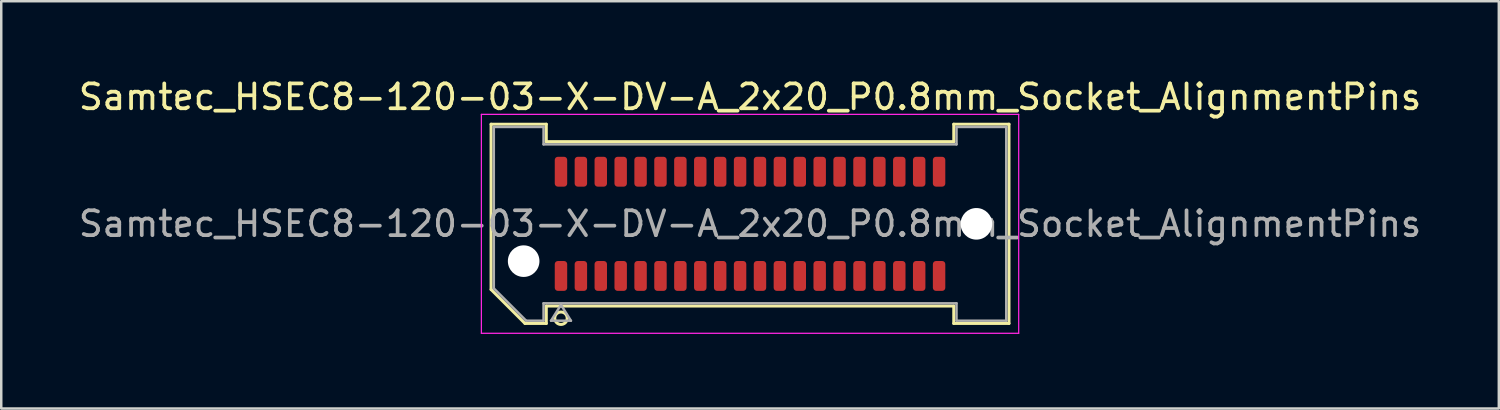
<source format=kicad_pcb>
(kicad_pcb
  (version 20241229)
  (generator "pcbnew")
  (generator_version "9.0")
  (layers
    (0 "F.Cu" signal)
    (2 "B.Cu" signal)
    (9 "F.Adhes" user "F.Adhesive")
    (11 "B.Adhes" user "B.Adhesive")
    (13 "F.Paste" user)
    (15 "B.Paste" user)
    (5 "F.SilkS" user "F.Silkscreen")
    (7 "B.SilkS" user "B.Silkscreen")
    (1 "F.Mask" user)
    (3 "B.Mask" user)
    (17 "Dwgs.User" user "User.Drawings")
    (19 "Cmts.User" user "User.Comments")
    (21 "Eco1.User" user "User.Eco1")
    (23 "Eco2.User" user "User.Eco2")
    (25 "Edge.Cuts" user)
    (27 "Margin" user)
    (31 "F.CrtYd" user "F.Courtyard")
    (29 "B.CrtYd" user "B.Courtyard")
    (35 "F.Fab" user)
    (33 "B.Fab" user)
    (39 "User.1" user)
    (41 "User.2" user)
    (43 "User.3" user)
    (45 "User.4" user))
  (footprint "Samtec_HSEC8-120-03-X-DV-A_2x20_P0.8mm_Socket_AlignmentPins"
    (layer "F.Cu")
    (at 27.101 5.948)
    (property "Reference" "Samtec_HSEC8-120-03-X-DV-A_2x20_P0.8mm_Socket_AlignmentPins" (at 0 -5.1 0) (layer "F.SilkS") (effects (font (size 1 1) (thickness 0.15))))
    (attr smd)
    (fp_line (start -10.41 -4.005) (end -8.19 -4.005) (stroke (width 0.12) (type solid)) (layer "F.SilkS"))
    (fp_line (start -10.41 2.641) (end -10.41 -4.005) (stroke (width 0.12) (type solid)) (layer "F.SilkS"))
    (fp_line (start -9.046 4.005) (end -10.41 2.641) (stroke (width 0.12) (type solid)) (layer "F.SilkS"))
    (fp_line (start -8.19 -4.005) (end -8.19 -3.305) (stroke (width 0.12) (type solid)) (layer "F.SilkS"))
    (fp_line (start -8.19 -3.305) (end 8.19 -3.305) (stroke (width 0.12) (type solid)) (layer "F.SilkS"))
    (fp_line (start -8.19 3.305) (end -8.19 4.005) (stroke (width 0.12) (type solid)) (layer "F.SilkS"))
    (fp_line (start -8.19 4.005) (end -9.046 4.005) (stroke (width 0.12) (type solid)) (layer "F.SilkS"))
    (fp_line (start 8.19 -4.005) (end 10.41 -4.005) (stroke (width 0.12) (type solid)) (layer "F.SilkS"))
    (fp_line (start 8.19 -3.305) (end 8.19 -4.005) (stroke (width 0.12) (type solid)) (layer "F.SilkS"))
    (fp_line (start 8.19 3.305) (end -8.19 3.305) (stroke (width 0.12) (type solid)) (layer "F.SilkS"))
    (fp_line (start 8.19 4.005) (end 8.19 3.305) (stroke (width 0.12) (type solid)) (layer "F.SilkS"))
    (fp_line (start 10.41 -4.005) (end 10.41 4.005) (stroke (width 0.12) (type solid)) (layer "F.SilkS"))
    (fp_line (start 10.41 4.005) (end 8.19 4.005) (stroke (width 0.12) (type solid)) (layer "F.SilkS"))
    (fp_circle (center -7.6 3.795) (end -7.35 3.795) (stroke (width 0.12) (type solid)) (fill no) (layer "F.SilkS"))
    (fp_line (start -10.8 -4.4) (end -10.8 4.4) (stroke (width 0.05) (type solid)) (layer "F.CrtYd"))
    (fp_line (start -10.8 4.4) (end 10.8 4.4) (stroke (width 0.05) (type solid)) (layer "F.CrtYd"))
    (fp_line (start 10.8 -4.4) (end -10.8 -4.4) (stroke (width 0.05) (type solid)) (layer "F.CrtYd"))
    (fp_line (start 10.8 4.4) (end 10.8 -4.4) (stroke (width 0.05) (type solid)) (layer "F.CrtYd"))
    (fp_line (start -10.3 -3.895) (end -8.3 -3.895) (stroke (width 0.1) (type solid)) (layer "F.Fab"))
    (fp_line (start -10.3 2.595) (end -10.3 -3.895) (stroke (width 0.1) (type solid)) (layer "F.Fab"))
    (fp_line (start -9 3.895) (end -10.3 2.595) (stroke (width 0.1) (type solid)) (layer "F.Fab"))
    (fp_line (start -8.3 -3.895) (end -8.3 -3.195) (stroke (width 0.1) (type solid)) (layer "F.Fab"))
    (fp_line (start -8.3 -3.195) (end 8.3 -3.195) (stroke (width 0.1) (type solid)) (layer "F.Fab"))
    (fp_line (start -8.3 3.195) (end -8.3 3.895) (stroke (width 0.1) (type solid)) (layer "F.Fab"))
    (fp_line (start -8.3 3.895) (end -9 3.895) (stroke (width 0.1) (type solid)) (layer "F.Fab"))
    (fp_line (start -8 3.895) (end -7.6 3.255) (stroke (width 0.1) (type solid)) (layer "F.Fab"))
    (fp_line (start -7.6 3.255) (end -7.2 3.895) (stroke (width 0.1) (type solid)) (layer "F.Fab"))
    (fp_line (start -7.2 3.895) (end -8 3.895) (stroke (width 0.1) (type solid)) (layer "F.Fab"))
    (fp_line (start 8.3 -3.895) (end 10.3 -3.895) (stroke (width 0.1) (type solid)) (layer "F.Fab"))
    (fp_line (start 8.3 -3.195) (end 8.3 -3.895) (stroke (width 0.1) (type solid)) (layer "F.Fab"))
    (fp_line (start 8.3 3.195) (end -8.3 3.195) (stroke (width 0.1) (type solid)) (layer "F.Fab"))
    (fp_line (start 8.3 3.895) (end 8.3 3.195) (stroke (width 0.1) (type solid)) (layer "F.Fab"))
    (fp_line (start 10.3 -3.895) (end 10.3 3.895) (stroke (width 0.1) (type solid)) (layer "F.Fab"))
    (fp_line (start 10.3 3.895) (end 8.3 3.895) (stroke (width 0.1) (type solid)) (layer "F.Fab"))
    (fp_text user "${REFERENCE}" (at 0 0 0) (layer "F.Fab") (effects (font (size 1 1) (thickness 0.15))))
    (pad "" np_thru_hole circle (at -9.1 1.5) (size 1.27 1.27) (drill 1.27) (layers "*.Cu" "*.Mask"))
    (pad "" np_thru_hole circle (at 9.1 0) (size 1.27 1.27) (drill 1.27) (layers "*.Cu" "*.Mask"))
    (pad "1" smd roundrect (at -7.6 2.095) (size 0.5 1.2) (layers "F.Cu" "F.Mask" "F.Paste") (roundrect_rratio 0.25))
    (pad "2" smd roundrect (at -7.6 -2.095) (size 0.5 1.2) (layers "F.Cu" "F.Mask" "F.Paste") (roundrect_rratio 0.25))
    (pad "3" smd roundrect (at -6.8 2.095) (size 0.5 1.2) (layers "F.Cu" "F.Mask" "F.Paste") (roundrect_rratio 0.25))
    (pad "4" smd roundrect (at -6.8 -2.095) (size 0.5 1.2) (layers "F.Cu" "F.Mask" "F.Paste") (roundrect_rratio 0.25))
    (pad "5" smd roundrect (at -6 2.095) (size 0.5 1.2) (layers "F.Cu" "F.Mask" "F.Paste") (roundrect_rratio 0.25))
    (pad "6" smd roundrect (at -6 -2.095) (size 0.5 1.2) (layers "F.Cu" "F.Mask" "F.Paste") (roundrect_rratio 0.25))
    (pad "7" smd roundrect (at -5.2 2.095) (size 0.5 1.2) (layers "F.Cu" "F.Mask" "F.Paste") (roundrect_rratio 0.25))
    (pad "8" smd roundrect (at -5.2 -2.095) (size 0.5 1.2) (layers "F.Cu" "F.Mask" "F.Paste") (roundrect_rratio 0.25))
    (pad "9" smd roundrect (at -4.4 2.095) (size 0.5 1.2) (layers "F.Cu" "F.Mask" "F.Paste") (roundrect_rratio 0.25))
    (pad "10" smd roundrect (at -4.4 -2.095) (size 0.5 1.2) (layers "F.Cu" "F.Mask" "F.Paste") (roundrect_rratio 0.25))
    (pad "11" smd roundrect (at -3.6 2.095) (size 0.5 1.2) (layers "F.Cu" "F.Mask" "F.Paste") (roundrect_rratio 0.25))
    (pad "12" smd roundrect (at -3.6 -2.095) (size 0.5 1.2) (layers "F.Cu" "F.Mask" "F.Paste") (roundrect_rratio 0.25))
    (pad "13" smd roundrect (at -2.8 2.095) (size 0.5 1.2) (layers "F.Cu" "F.Mask" "F.Paste") (roundrect_rratio 0.25))
    (pad "14" smd roundrect (at -2.8 -2.095) (size 0.5 1.2) (layers "F.Cu" "F.Mask" "F.Paste") (roundrect_rratio 0.25))
    (pad "15" smd roundrect (at -2 2.095) (size 0.5 1.2) (layers "F.Cu" "F.Mask" "F.Paste") (roundrect_rratio 0.25))
    (pad "16" smd roundrect (at -2 -2.095) (size 0.5 1.2) (layers "F.Cu" "F.Mask" "F.Paste") (roundrect_rratio 0.25))
    (pad "17" smd roundrect (at -1.2 2.095) (size 0.5 1.2) (layers "F.Cu" "F.Mask" "F.Paste") (roundrect_rratio 0.25))
    (pad "18" smd roundrect (at -1.2 -2.095) (size 0.5 1.2) (layers "F.Cu" "F.Mask" "F.Paste") (roundrect_rratio 0.25))
    (pad "19" smd roundrect (at -0.4 2.095) (size 0.5 1.2) (layers "F.Cu" "F.Mask" "F.Paste") (roundrect_rratio 0.25))
    (pad "20" smd roundrect (at -0.4 -2.095) (size 0.5 1.2) (layers "F.Cu" "F.Mask" "F.Paste") (roundrect_rratio 0.25))
    (pad "21" smd roundrect (at 0.4 2.095) (size 0.5 1.2) (layers "F.Cu" "F.Mask" "F.Paste") (roundrect_rratio 0.25))
    (pad "22" smd roundrect (at 0.4 -2.095) (size 0.5 1.2) (layers "F.Cu" "F.Mask" "F.Paste") (roundrect_rratio 0.25))
    (pad "23" smd roundrect (at 1.2 2.095) (size 0.5 1.2) (layers "F.Cu" "F.Mask" "F.Paste") (roundrect_rratio 0.25))
    (pad "24" smd roundrect (at 1.2 -2.095) (size 0.5 1.2) (layers "F.Cu" "F.Mask" "F.Paste") (roundrect_rratio 0.25))
    (pad "25" smd roundrect (at 2 2.095) (size 0.5 1.2) (layers "F.Cu" "F.Mask" "F.Paste") (roundrect_rratio 0.25))
    (pad "26" smd roundrect (at 2 -2.095) (size 0.5 1.2) (layers "F.Cu" "F.Mask" "F.Paste") (roundrect_rratio 0.25))
    (pad "27" smd roundrect (at 2.8 2.095) (size 0.5 1.2) (layers "F.Cu" "F.Mask" "F.Paste") (roundrect_rratio 0.25))
    (pad "28" smd roundrect (at 2.8 -2.095) (size 0.5 1.2) (layers "F.Cu" "F.Mask" "F.Paste") (roundrect_rratio 0.25))
    (pad "29" smd roundrect (at 3.6 2.095) (size 0.5 1.2) (layers "F.Cu" "F.Mask" "F.Paste") (roundrect_rratio 0.25))
    (pad "30" smd roundrect (at 3.6 -2.095) (size 0.5 1.2) (layers "F.Cu" "F.Mask" "F.Paste") (roundrect_rratio 0.25))
    (pad "31" smd roundrect (at 4.4 2.095) (size 0.5 1.2) (layers "F.Cu" "F.Mask" "F.Paste") (roundrect_rratio 0.25))
    (pad "32" smd roundrect (at 4.4 -2.095) (size 0.5 1.2) (layers "F.Cu" "F.Mask" "F.Paste") (roundrect_rratio 0.25))
    (pad "33" smd roundrect (at 5.2 2.095) (size 0.5 1.2) (layers "F.Cu" "F.Mask" "F.Paste") (roundrect_rratio 0.25))
    (pad "34" smd roundrect (at 5.2 -2.095) (size 0.5 1.2) (layers "F.Cu" "F.Mask" "F.Paste") (roundrect_rratio 0.25))
    (pad "35" smd roundrect (at 6 2.095) (size 0.5 1.2) (layers "F.Cu" "F.Mask" "F.Paste") (roundrect_rratio 0.25))
    (pad "36" smd roundrect (at 6 -2.095) (size 0.5 1.2) (layers "F.Cu" "F.Mask" "F.Paste") (roundrect_rratio 0.25))
    (pad "37" smd roundrect (at 6.8 2.095) (size 0.5 1.2) (layers "F.Cu" "F.Mask" "F.Paste") (roundrect_rratio 0.25))
    (pad "38" smd roundrect (at 6.8 -2.095) (size 0.5 1.2) (layers "F.Cu" "F.Mask" "F.Paste") (roundrect_rratio 0.25))
    (pad "39" smd roundrect (at 7.6 2.095) (size 0.5 1.2) (layers "F.Cu" "F.Mask" "F.Paste") (roundrect_rratio 0.25))
    (pad "40" smd roundrect (at 7.6 -2.095) (size 0.5 1.2) (layers "F.Cu" "F.Mask" "F.Paste") (roundrect_rratio 0.25)))
  (gr_rect
    (start -3 -3)
    (end 57.202 13.373)
    (stroke (width 0.1) (type default))
    (fill no)
    (layer "Edge.Cuts")))
</source>
